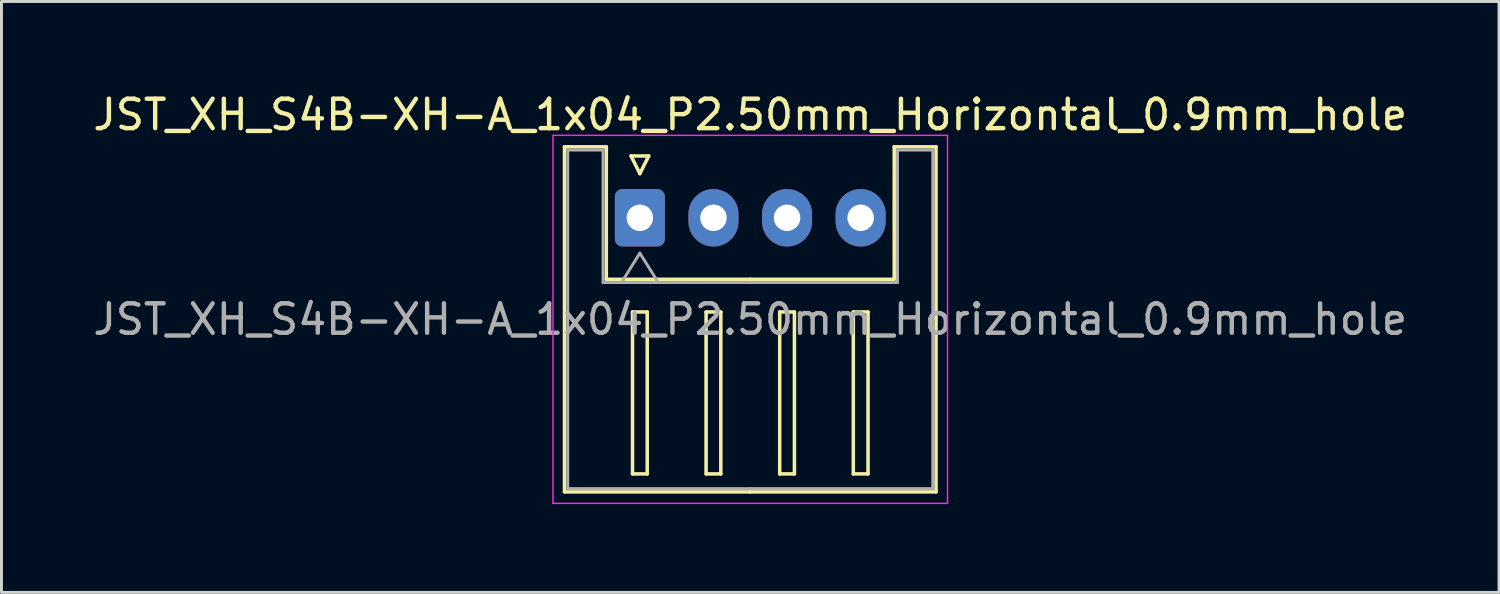
<source format=kicad_pcb>
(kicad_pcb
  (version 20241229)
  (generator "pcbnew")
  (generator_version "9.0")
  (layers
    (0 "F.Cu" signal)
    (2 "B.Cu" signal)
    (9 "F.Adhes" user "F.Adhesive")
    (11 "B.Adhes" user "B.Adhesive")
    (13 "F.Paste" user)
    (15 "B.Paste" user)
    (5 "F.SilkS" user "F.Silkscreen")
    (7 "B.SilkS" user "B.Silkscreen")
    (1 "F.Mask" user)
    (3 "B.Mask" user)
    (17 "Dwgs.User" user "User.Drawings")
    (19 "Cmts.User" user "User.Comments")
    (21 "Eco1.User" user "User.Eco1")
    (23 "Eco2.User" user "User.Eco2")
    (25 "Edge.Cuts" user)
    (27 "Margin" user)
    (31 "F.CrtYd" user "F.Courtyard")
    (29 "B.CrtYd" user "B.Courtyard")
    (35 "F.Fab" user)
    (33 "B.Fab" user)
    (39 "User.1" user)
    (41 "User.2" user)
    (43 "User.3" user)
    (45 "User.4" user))
  (footprint "JST_XH_S4B-XH-A_1x04_P2.50mm_Horizontal_0.9mm_hole"
    (layer "F.Cu")
    (at 18.685 4.348)
    (property "Reference" "JST_XH_S4B-XH-A_1x04_P2.50mm_Horizontal_0.9mm_hole" (at 3.75 -3.5 0) (layer "F.SilkS") (effects (font (size 1 1) (thickness 0.15))))
    (attr through_hole)
    (fp_line (start -2.56 -2.41) (end -1.14 -2.41) (stroke (width 0.12) (type solid)) (layer "F.SilkS"))
    (fp_line (start -2.56 9.31) (end -2.56 -2.41) (stroke (width 0.12) (type solid)) (layer "F.SilkS"))
    (fp_line (start -1.14 -2.41) (end -1.14 2.09) (stroke (width 0.12) (type solid)) (layer "F.SilkS"))
    (fp_line (start -1.14 2.09) (end 3.75 2.09) (stroke (width 0.12) (type solid)) (layer "F.SilkS"))
    (fp_line (start -0.3 -2.1) (end 0.3 -2.1) (stroke (width 0.12) (type solid)) (layer "F.SilkS"))
    (fp_line (start -0.25 3.2) (end -0.25 8.7) (stroke (width 0.12) (type solid)) (layer "F.SilkS"))
    (fp_line (start -0.25 8.7) (end 0.25 8.7) (stroke (width 0.12) (type solid)) (layer "F.SilkS"))
    (fp_line (start 0 -1.5) (end -0.3 -2.1) (stroke (width 0.12) (type solid)) (layer "F.SilkS"))
    (fp_line (start 0.25 3.2) (end -0.25 3.2) (stroke (width 0.12) (type solid)) (layer "F.SilkS"))
    (fp_line (start 0.25 8.7) (end 0.25 3.2) (stroke (width 0.12) (type solid)) (layer "F.SilkS"))
    (fp_line (start 0.3 -2.1) (end 0 -1.5) (stroke (width 0.12) (type solid)) (layer "F.SilkS"))
    (fp_line (start 2.25 3.2) (end 2.25 8.7) (stroke (width 0.12) (type solid)) (layer "F.SilkS"))
    (fp_line (start 2.25 8.7) (end 2.75 8.7) (stroke (width 0.12) (type solid)) (layer "F.SilkS"))
    (fp_line (start 2.75 3.2) (end 2.25 3.2) (stroke (width 0.12) (type solid)) (layer "F.SilkS"))
    (fp_line (start 2.75 8.7) (end 2.75 3.2) (stroke (width 0.12) (type solid)) (layer "F.SilkS"))
    (fp_line (start 3.75 9.31) (end -2.56 9.31) (stroke (width 0.12) (type solid)) (layer "F.SilkS"))
    (fp_line (start 3.75 9.31) (end 10.06 9.31) (stroke (width 0.12) (type solid)) (layer "F.SilkS"))
    (fp_line (start 4.75 3.2) (end 4.75 8.7) (stroke (width 0.12) (type solid)) (layer "F.SilkS"))
    (fp_line (start 4.75 8.7) (end 5.25 8.7) (stroke (width 0.12) (type solid)) (layer "F.SilkS"))
    (fp_line (start 5.25 3.2) (end 4.75 3.2) (stroke (width 0.12) (type solid)) (layer "F.SilkS"))
    (fp_line (start 5.25 8.7) (end 5.25 3.2) (stroke (width 0.12) (type solid)) (layer "F.SilkS"))
    (fp_line (start 7.25 3.2) (end 7.25 8.7) (stroke (width 0.12) (type solid)) (layer "F.SilkS"))
    (fp_line (start 7.25 8.7) (end 7.75 8.7) (stroke (width 0.12) (type solid)) (layer "F.SilkS"))
    (fp_line (start 7.75 3.2) (end 7.25 3.2) (stroke (width 0.12) (type solid)) (layer "F.SilkS"))
    (fp_line (start 7.75 8.7) (end 7.75 3.2) (stroke (width 0.12) (type solid)) (layer "F.SilkS"))
    (fp_line (start 8.64 -2.41) (end 8.64 2.09) (stroke (width 0.12) (type solid)) (layer "F.SilkS"))
    (fp_line (start 8.64 2.09) (end 3.75 2.09) (stroke (width 0.12) (type solid)) (layer "F.SilkS"))
    (fp_line (start 10.06 -2.41) (end 8.64 -2.41) (stroke (width 0.12) (type solid)) (layer "F.SilkS"))
    (fp_line (start 10.06 9.31) (end 10.06 -2.41) (stroke (width 0.12) (type solid)) (layer "F.SilkS"))
    (fp_line (start -2.95 -2.8) (end -2.95 9.7) (stroke (width 0.05) (type solid)) (layer "F.CrtYd"))
    (fp_line (start -2.95 9.7) (end 10.45 9.7) (stroke (width 0.05) (type solid)) (layer "F.CrtYd"))
    (fp_line (start 10.45 -2.8) (end -2.95 -2.8) (stroke (width 0.05) (type solid)) (layer "F.CrtYd"))
    (fp_line (start 10.45 9.7) (end 10.45 -2.8) (stroke (width 0.05) (type solid)) (layer "F.CrtYd"))
    (fp_line (start -2.45 -2.3) (end -1.25 -2.3) (stroke (width 0.1) (type solid)) (layer "F.Fab"))
    (fp_line (start -2.45 9.2) (end -2.45 -2.3) (stroke (width 0.1) (type solid)) (layer "F.Fab"))
    (fp_line (start -1.25 -2.3) (end -1.25 2.2) (stroke (width 0.1) (type solid)) (layer "F.Fab"))
    (fp_line (start -1.25 2.2) (end 3.75 2.2) (stroke (width 0.1) (type solid)) (layer "F.Fab"))
    (fp_line (start -0.625 2.2) (end 0 1.2) (stroke (width 0.1) (type solid)) (layer "F.Fab"))
    (fp_line (start 0 1.2) (end 0.625 2.2) (stroke (width 0.1) (type solid)) (layer "F.Fab"))
    (fp_line (start 3.75 9.2) (end -2.45 9.2) (stroke (width 0.1) (type solid)) (layer "F.Fab"))
    (fp_line (start 3.75 9.2) (end 9.95 9.2) (stroke (width 0.1) (type solid)) (layer "F.Fab"))
    (fp_line (start 8.75 -2.3) (end 8.75 2.2) (stroke (width 0.1) (type solid)) (layer "F.Fab"))
    (fp_line (start 8.75 2.2) (end 3.75 2.2) (stroke (width 0.1) (type solid)) (layer "F.Fab"))
    (fp_line (start 9.95 -2.3) (end 8.75 -2.3) (stroke (width 0.1) (type solid)) (layer "F.Fab"))
    (fp_line (start 9.95 9.2) (end 9.95 -2.3) (stroke (width 0.1) (type solid)) (layer "F.Fab"))
    (fp_text user "${REFERENCE}" (at 3.75 3.45 0) (layer "F.Fab") (effects (font (size 1 1) (thickness 0.15))))
    (pad "1" thru_hole roundrect (at 0 0) (size 1.7 1.95) (drill 0.9) (layers "*.Cu" "*.Mask") (roundrect_rratio 0.147))
    (pad "2" thru_hole oval (at 2.5 0) (size 1.7 1.95) (drill 0.9) (layers "*.Cu" "*.Mask"))
    (pad "3" thru_hole oval (at 5 0) (size 1.7 1.95) (drill 0.9) (layers "*.Cu" "*.Mask"))
    (pad "4" thru_hole oval (at 7.5 0) (size 1.7 1.95) (drill 0.9) (layers "*.Cu" "*.Mask")))
  (gr_rect
    (start -3 -3)
    (end 47.869 17.073)
    (stroke (width 0.1) (type default))
    (fill no)
    (layer "Edge.Cuts")))
</source>
